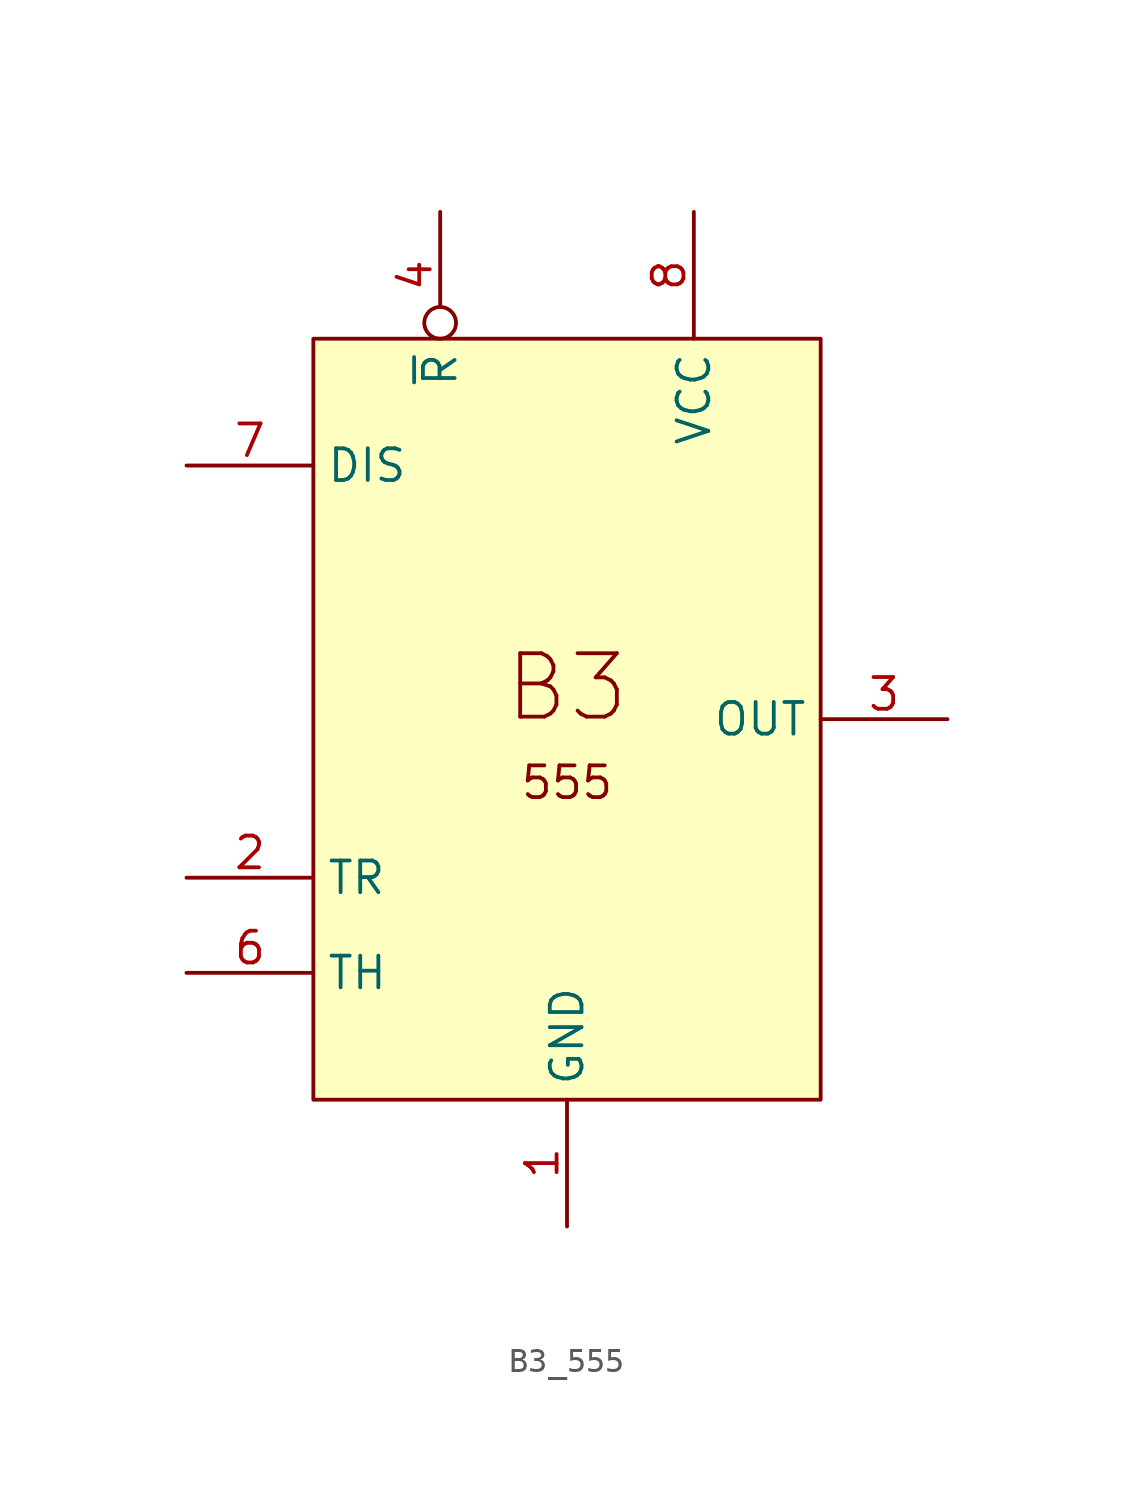
<source format=kicad_sym>
(kicad_symbol_lib
  (version 20211014)
  (generator kicad_symbol_editor)
  (symbol "B3_555"
    (property "Reference" "U"
      (at -31.75 24.13 0)
      (effects (font (size 1.27 1.27)) (justify left) hide))
    (symbol "B3_555_0_0"
      (text "555" (at 10.16 -17.78 0) (effects (font (size 1.27 1.27))))
      (text "B3" (at 10.16 -13.97 0) (effects (font (size 2.54 2.54))))
      (pin power_in line (at 10.16 -35.56 90) (length 5.08) (name "GND" (effects (font (size 1.27 1.27)))) (number "1" (effects (font (size 1.27 1.27)))))
      (pin power_in line (at 15.24 5.08 270) (length 5.08) (name "VCC" (effects (font (size 1.27 1.27)))) (number "8" (effects (font (size 1.27 1.27))))))
    (symbol "B3_555_0_1"
      (rectangle (start 0 0) (end 20.32 -30.48) (stroke (width 0) (type default) (color 0 0 0 0)) (fill (type background))))
    (symbol "B3_555_1_0"
      (pin input line (at -5.08 -5.08 0) (length 5.08) (name "DIS" (effects (font (size 1.27 1.27)))) (number "7" (effects (font (size 1.27 1.27))))))
    (symbol "B3_555_1_1"
      (pin input line (at -5.08 -21.59 0) (length 5.08) (name "TR" (effects (font (size 1.27 1.27)))) (number "2" (effects (font (size 1.27 1.27)))))
      (pin output line (at 25.4 -15.24 180) (length 5.08) (name "OUT" (effects (font (size 1.27 1.27)))) (number "3" (effects (font (size 1.27 1.27)))))
      (pin input inverted (at 5.08 5.08 270) (length 5.08) (name "~{R}" (effects (font (size 1.27 1.27)))) (number "4" (effects (font (size 1.27 1.27)))))
      (pin input line (at -5.08 -25.4 0) (length 5.08) (name "TH" (effects (font (size 1.27 1.27)))) (number "6" (effects (font (size 1.27 1.27))))))))
</source>
